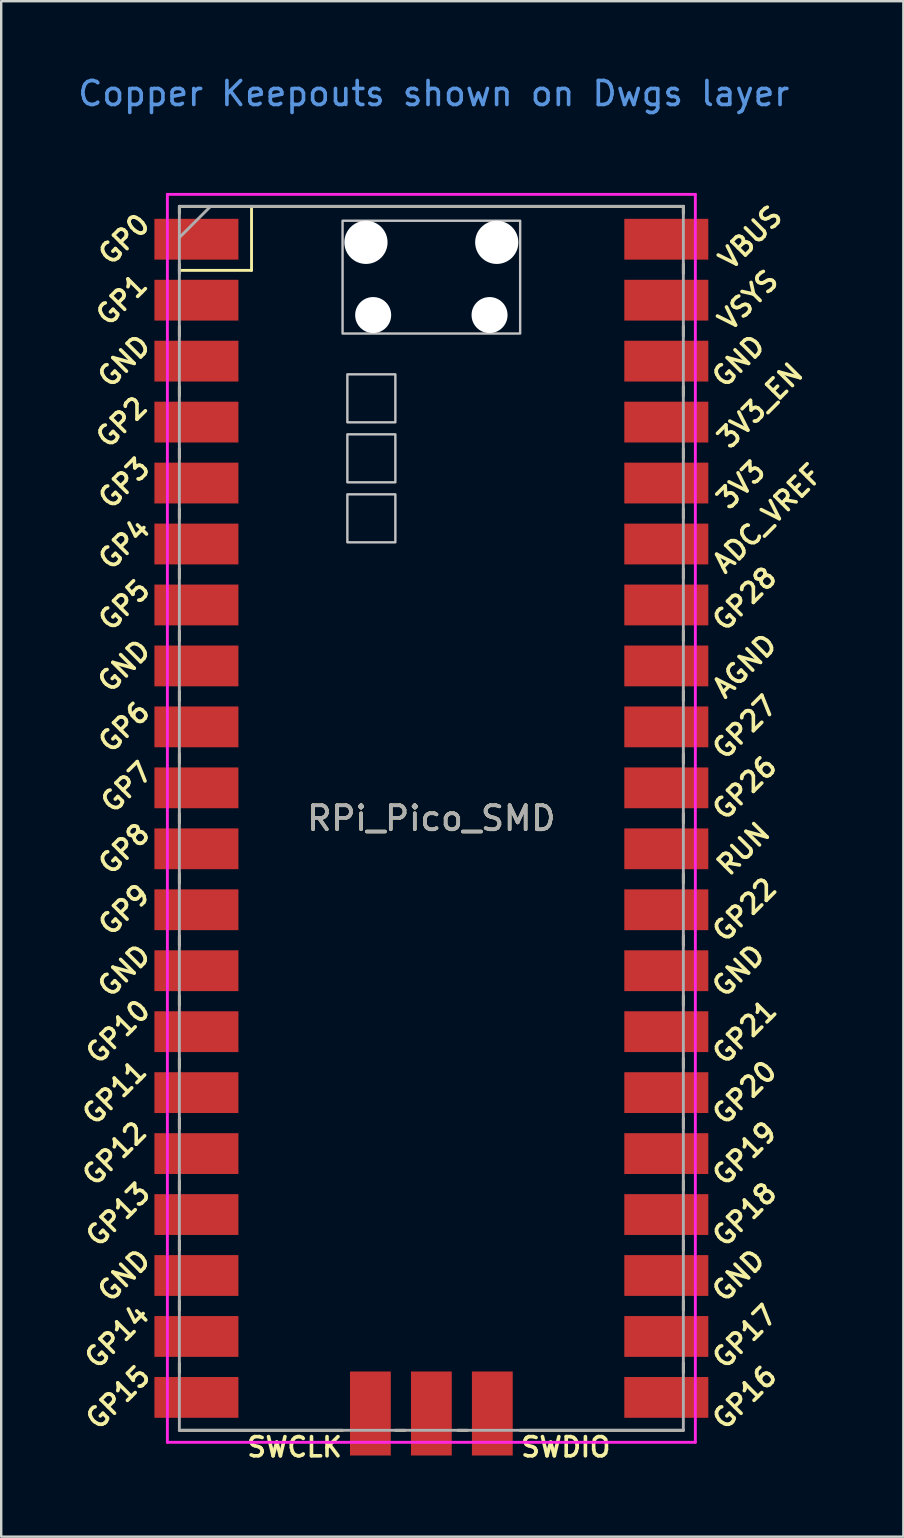
<source format=kicad_pcb>
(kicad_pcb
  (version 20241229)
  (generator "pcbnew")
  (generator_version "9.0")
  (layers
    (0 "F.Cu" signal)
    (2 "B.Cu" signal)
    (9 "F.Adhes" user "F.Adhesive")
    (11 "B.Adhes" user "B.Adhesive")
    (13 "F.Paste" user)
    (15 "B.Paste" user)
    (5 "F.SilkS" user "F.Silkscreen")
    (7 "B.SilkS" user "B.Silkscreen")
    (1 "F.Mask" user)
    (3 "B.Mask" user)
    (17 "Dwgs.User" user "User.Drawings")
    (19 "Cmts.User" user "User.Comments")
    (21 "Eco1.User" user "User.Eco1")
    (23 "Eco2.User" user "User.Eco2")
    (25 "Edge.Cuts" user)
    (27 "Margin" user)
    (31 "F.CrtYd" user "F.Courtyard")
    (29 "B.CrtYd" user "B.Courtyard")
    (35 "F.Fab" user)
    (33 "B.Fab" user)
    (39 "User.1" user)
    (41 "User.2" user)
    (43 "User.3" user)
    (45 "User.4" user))
  (footprint "RPi_Pico_SMD"
    (layer "F.Cu")
    (at 14.924 31.048)
    (property "Reference" "RPi_Pico_SMD" (at 0 0 0) (layer "F.SilkS") (effects (font (size 1 1) (thickness 0.15))))
    (attr through_hole)
    (fp_line (start -10.5 -25.5) (end -10.5 -25.2) (stroke (width 0.12) (type solid)) (layer "F.SilkS"))
    (fp_line (start -10.5 -25.5) (end 10.5 -25.5) (stroke (width 0.12) (type solid)) (layer "F.SilkS"))
    (fp_line (start -10.5 -23.1) (end -10.5 -22.7) (stroke (width 0.12) (type solid)) (layer "F.SilkS"))
    (fp_line (start -10.5 -22.833) (end -7.493 -22.833) (stroke (width 0.12) (type solid)) (layer "F.SilkS"))
    (fp_line (start -10.5 -20.5) (end -10.5 -20.1) (stroke (width 0.12) (type solid)) (layer "F.SilkS"))
    (fp_line (start -10.5 -18) (end -10.5 -17.6) (stroke (width 0.12) (type solid)) (layer "F.SilkS"))
    (fp_line (start -10.5 -15.4) (end -10.5 -15) (stroke (width 0.12) (type solid)) (layer "F.SilkS"))
    (fp_line (start -10.5 -12.9) (end -10.5 -12.5) (stroke (width 0.12) (type solid)) (layer "F.SilkS"))
    (fp_line (start -10.5 -10.4) (end -10.5 -10) (stroke (width 0.12) (type solid)) (layer "F.SilkS"))
    (fp_line (start -10.5 -7.8) (end -10.5 -7.4) (stroke (width 0.12) (type solid)) (layer "F.SilkS"))
    (fp_line (start -10.5 -5.3) (end -10.5 -4.9) (stroke (width 0.12) (type solid)) (layer "F.SilkS"))
    (fp_line (start -10.5 -2.7) (end -10.5 -2.3) (stroke (width 0.12) (type solid)) (layer "F.SilkS"))
    (fp_line (start -10.5 -0.2) (end -10.5 0.2) (stroke (width 0.12) (type solid)) (layer "F.SilkS"))
    (fp_line (start -10.5 2.3) (end -10.5 2.7) (stroke (width 0.12) (type solid)) (layer "F.SilkS"))
    (fp_line (start -10.5 4.9) (end -10.5 5.3) (stroke (width 0.12) (type solid)) (layer "F.SilkS"))
    (fp_line (start -10.5 7.4) (end -10.5 7.8) (stroke (width 0.12) (type solid)) (layer "F.SilkS"))
    (fp_line (start -10.5 10) (end -10.5 10.4) (stroke (width 0.12) (type solid)) (layer "F.SilkS"))
    (fp_line (start -10.5 12.5) (end -10.5 12.9) (stroke (width 0.12) (type solid)) (layer "F.SilkS"))
    (fp_line (start -10.5 15.1) (end -10.5 15.5) (stroke (width 0.12) (type solid)) (layer "F.SilkS"))
    (fp_line (start -10.5 17.6) (end -10.5 18) (stroke (width 0.12) (type solid)) (layer "F.SilkS"))
    (fp_line (start -10.5 20.1) (end -10.5 20.5) (stroke (width 0.12) (type solid)) (layer "F.SilkS"))
    (fp_line (start -10.5 22.7) (end -10.5 23.1) (stroke (width 0.12) (type solid)) (layer "F.SilkS"))
    (fp_line (start -7.493 -22.833) (end -7.493 -25.5) (stroke (width 0.12) (type solid)) (layer "F.SilkS"))
    (fp_line (start -3.7 25.5) (end -10.5 25.5) (stroke (width 0.12) (type solid)) (layer "F.SilkS"))
    (fp_line (start -1.5 25.5) (end -1.1 25.5) (stroke (width 0.12) (type solid)) (layer "F.SilkS"))
    (fp_line (start 1.1 25.5) (end 1.5 25.5) (stroke (width 0.12) (type solid)) (layer "F.SilkS"))
    (fp_line (start 10.5 -25.5) (end 10.5 -25.2) (stroke (width 0.12) (type solid)) (layer "F.SilkS"))
    (fp_line (start 10.5 -23.1) (end 10.5 -22.7) (stroke (width 0.12) (type solid)) (layer "F.SilkS"))
    (fp_line (start 10.5 -20.5) (end 10.5 -20.1) (stroke (width 0.12) (type solid)) (layer "F.SilkS"))
    (fp_line (start 10.5 -18) (end 10.5 -17.6) (stroke (width 0.12) (type solid)) (layer "F.SilkS"))
    (fp_line (start 10.5 -15.4) (end 10.5 -15) (stroke (width 0.12) (type solid)) (layer "F.SilkS"))
    (fp_line (start 10.5 -12.9) (end 10.5 -12.5) (stroke (width 0.12) (type solid)) (layer "F.SilkS"))
    (fp_line (start 10.5 -10.4) (end 10.5 -10) (stroke (width 0.12) (type solid)) (layer "F.SilkS"))
    (fp_line (start 10.5 -7.8) (end 10.5 -7.4) (stroke (width 0.12) (type solid)) (layer "F.SilkS"))
    (fp_line (start 10.5 -5.3) (end 10.5 -4.9) (stroke (width 0.12) (type solid)) (layer "F.SilkS"))
    (fp_line (start 10.5 -2.7) (end 10.5 -2.3) (stroke (width 0.12) (type solid)) (layer "F.SilkS"))
    (fp_line (start 10.5 -0.2) (end 10.5 0.2) (stroke (width 0.12) (type solid)) (layer "F.SilkS"))
    (fp_line (start 10.5 2.3) (end 10.5 2.7) (stroke (width 0.12) (type solid)) (layer "F.SilkS"))
    (fp_line (start 10.5 4.9) (end 10.5 5.3) (stroke (width 0.12) (type solid)) (layer "F.SilkS"))
    (fp_line (start 10.5 7.4) (end 10.5 7.8) (stroke (width 0.12) (type solid)) (layer "F.SilkS"))
    (fp_line (start 10.5 10) (end 10.5 10.4) (stroke (width 0.12) (type solid)) (layer "F.SilkS"))
    (fp_line (start 10.5 12.5) (end 10.5 12.9) (stroke (width 0.12) (type solid)) (layer "F.SilkS"))
    (fp_line (start 10.5 15.1) (end 10.5 15.5) (stroke (width 0.12) (type solid)) (layer "F.SilkS"))
    (fp_line (start 10.5 17.6) (end 10.5 18) (stroke (width 0.12) (type solid)) (layer "F.SilkS"))
    (fp_line (start 10.5 20.1) (end 10.5 20.5) (stroke (width 0.12) (type solid)) (layer "F.SilkS"))
    (fp_line (start 10.5 22.7) (end 10.5 23.1) (stroke (width 0.12) (type solid)) (layer "F.SilkS"))
    (fp_line (start 10.5 25.5) (end 3.7 25.5) (stroke (width 0.12) (type solid)) (layer "F.SilkS"))
    (fp_poly (pts (xy -1.5 -16.5) (xy -3.5 -16.5) (xy -3.5 -18.5) (xy -1.5 -18.5)) (stroke (width 0.1) (type solid)) (fill no) (layer "Dwgs.User"))
    (fp_poly (pts (xy -1.5 -14) (xy -3.5 -14) (xy -3.5 -16) (xy -1.5 -16)) (stroke (width 0.1) (type solid)) (fill no) (layer "Dwgs.User"))
    (fp_poly (pts (xy -1.5 -11.5) (xy -3.5 -11.5) (xy -3.5 -13.5) (xy -1.5 -13.5)) (stroke (width 0.1) (type solid)) (fill no) (layer "Dwgs.User"))
    (fp_poly (pts (xy 3.7 -20.2) (xy -3.7 -20.2) (xy -3.7 -24.9) (xy 3.7 -24.9)) (stroke (width 0.1) (type solid)) (fill no) (layer "Dwgs.User"))
    (fp_line (start -11 -26) (end 11 -26) (stroke (width 0.12) (type solid)) (layer "F.CrtYd"))
    (fp_line (start -11 26) (end -11 -26) (stroke (width 0.12) (type solid)) (layer "F.CrtYd"))
    (fp_line (start 11 -26) (end 11 26) (stroke (width 0.12) (type solid)) (layer "F.CrtYd"))
    (fp_line (start 11 26) (end -11 26) (stroke (width 0.12) (type solid)) (layer "F.CrtYd"))
    (fp_line (start -10.5 -25.5) (end 10.5 -25.5) (stroke (width 0.12) (type solid)) (layer "F.Fab"))
    (fp_line (start -10.5 -24.2) (end -9.2 -25.5) (stroke (width 0.12) (type solid)) (layer "F.Fab"))
    (fp_line (start -10.5 25.5) (end -10.5 -25.5) (stroke (width 0.12) (type solid)) (layer "F.Fab"))
    (fp_line (start 10.5 -25.5) (end 10.5 25.5) (stroke (width 0.12) (type solid)) (layer "F.Fab"))
    (fp_line (start 10.5 25.5) (end -10.5 25.5) (stroke (width 0.12) (type solid)) (layer "F.Fab"))
    (fp_text user "GP10" (at -13.054 8.89 45) (layer "F.SilkS") (effects (font (size 0.8 0.8) (thickness 0.15))))
    (fp_text user "3V3_EN" (at 13.7 -17.2 45) (layer "F.SilkS") (effects (font (size 0.8 0.8) (thickness 0.15))))
    (fp_text user "GND" (at 12.8 -19.05 45) (layer "F.SilkS") (effects (font (size 0.8 0.8) (thickness 0.15))))
    (fp_text user "GP7" (at -12.7 -1.3 45) (layer "F.SilkS") (effects (font (size 0.8 0.8) (thickness 0.15))))
    (fp_text user "GP16" (at 13.054 24.13 45) (layer "F.SilkS") (effects (font (size 0.8 0.8) (thickness 0.15))))
    (fp_text user "GP15" (at -13.054 24.13 45) (layer "F.SilkS") (effects (font (size 0.8 0.8) (thickness 0.15))))
    (fp_text user "AGND" (at 13.054 -6.35 45) (layer "F.SilkS") (effects (font (size 0.8 0.8) (thickness 0.15))))
    (fp_text user "GP8" (at -12.8 1.27 45) (layer "F.SilkS") (effects (font (size 0.8 0.8) (thickness 0.15))))
    (fp_text user "GP3" (at -12.8 -13.97 45) (layer "F.SilkS") (effects (font (size 0.8 0.8) (thickness 0.15))))
    (fp_text user "GP12" (at -13.2 13.97 45) (layer "F.SilkS") (effects (font (size 0.8 0.8) (thickness 0.15))))
    (fp_text user "GP4" (at -12.8 -11.43 45) (layer "F.SilkS") (effects (font (size 0.8 0.8) (thickness 0.15))))
    (fp_text user "GND" (at -12.8 -19.05 45) (layer "F.SilkS") (effects (font (size 0.8 0.8) (thickness 0.15))))
    (fp_text user "GP11" (at -13.2 11.43 45) (layer "F.SilkS") (effects (font (size 0.8 0.8) (thickness 0.15))))
    (fp_text user "GP19" (at 13.054 13.97 45) (layer "F.SilkS") (effects (font (size 0.8 0.8) (thickness 0.15))))
    (fp_text user "GP28" (at 13.054 -9.144 45) (layer "F.SilkS") (effects (font (size 0.8 0.8) (thickness 0.15))))
    (fp_text user "GP13" (at -13.054 16.51 45) (layer "F.SilkS") (effects (font (size 0.8 0.8) (thickness 0.15))))
    (fp_text user "GP9" (at -12.8 3.81 45) (layer "F.SilkS") (effects (font (size 0.8 0.8) (thickness 0.15))))
    (fp_text user "GND" (at 12.8 6.35 45) (layer "F.SilkS") (effects (font (size 0.8 0.8) (thickness 0.15))))
    (fp_text user "SWDIO" (at 5.6 26.2 0) (layer "F.SilkS") (effects (font (size 0.8 0.8) (thickness 0.15))))
    (fp_text user "3V3" (at 12.9 -13.9 45) (layer "F.SilkS") (effects (font (size 0.8 0.8) (thickness 0.15))))
    (fp_text user "GND" (at 12.8 19.05 45) (layer "F.SilkS") (effects (font (size 0.8 0.8) (thickness 0.15))))
    (fp_text user "GP2" (at -12.9 -16.51 45) (layer "F.SilkS") (effects (font (size 0.8 0.8) (thickness 0.15))))
    (fp_text user "VBUS" (at 13.3 -24.2 45) (layer "F.SilkS") (effects (font (size 0.8 0.8) (thickness 0.15))))
    (fp_text user "GP27" (at 13.054 -3.8 45) (layer "F.SilkS") (effects (font (size 0.8 0.8) (thickness 0.15))))
    (fp_text user "GP21" (at 13.054 8.9 45) (layer "F.SilkS") (effects (font (size 0.8 0.8) (thickness 0.15))))
    (fp_text user "VSYS" (at 13.2 -21.59 45) (layer "F.SilkS") (effects (font (size 0.8 0.8) (thickness 0.15))))
    (fp_text user "GP18" (at 13.054 16.51 45) (layer "F.SilkS") (effects (font (size 0.8 0.8) (thickness 0.15))))
    (fp_text user "GP5" (at -12.8 -8.89 45) (layer "F.SilkS") (effects (font (size 0.8 0.8) (thickness 0.15))))
    (fp_text user "GP6" (at -12.8 -3.81 45) (layer "F.SilkS") (effects (font (size 0.8 0.8) (thickness 0.15))))
    (fp_text user "GP20" (at 13.054 11.43 45) (layer "F.SilkS") (effects (font (size 0.8 0.8) (thickness 0.15))))
    (fp_text user "GP22" (at 13.054 3.81 45) (layer "F.SilkS") (effects (font (size 0.8 0.8) (thickness 0.15))))
    (fp_text user "GND" (at -12.8 -6.35 45) (layer "F.SilkS") (effects (font (size 0.8 0.8) (thickness 0.15))))
    (fp_text user "GP26" (at 13.054 -1.27 45) (layer "F.SilkS") (effects (font (size 0.8 0.8) (thickness 0.15))))
    (fp_text user "GP14" (at -13.1 21.59 45) (layer "F.SilkS") (effects (font (size 0.8 0.8) (thickness 0.15))))
    (fp_text user "GND" (at -12.8 19.05 45) (layer "F.SilkS") (effects (font (size 0.8 0.8) (thickness 0.15))))
    (fp_text user "SWCLK" (at -5.7 26.2 0) (layer "F.SilkS") (effects (font (size 0.8 0.8) (thickness 0.15))))
    (fp_text user "GP17" (at 13.054 21.59 45) (layer "F.SilkS") (effects (font (size 0.8 0.8) (thickness 0.15))))
    (fp_text user "GP1" (at -12.9 -21.6 45) (layer "F.SilkS") (effects (font (size 0.8 0.8) (thickness 0.15))))
    (fp_text user "ADC_VREF" (at 14 -12.5 45) (layer "F.SilkS") (effects (font (size 0.8 0.8) (thickness 0.15))))
    (fp_text user "RUN" (at 13 1.27 45) (layer "F.SilkS") (effects (font (size 0.8 0.8) (thickness 0.15))))
    (fp_text user "GND" (at -12.8 6.35 45) (layer "F.SilkS") (effects (font (size 0.8 0.8) (thickness 0.15))))
    (fp_text user "GP0" (at -12.8 -24.13 45) (layer "F.SilkS") (effects (font (size 0.8 0.8) (thickness 0.15))))
    (fp_text user "Copper Keepouts shown on Dwgs layer" (at 0.1 -30.2 0) (layer "Cmts.User") (effects (font (size 1 1) (thickness 0.15))))
    (fp_text user "${REFERENCE}" (at 0 0 180) (layer "F.Fab") (effects (font (size 1 1) (thickness 0.15))))
    (pad "" np_thru_hole oval (at -2.725 -24) (size 1.8 1.8) (drill 1.8) (layers "*.Cu" "*.Mask"))
    (pad "" np_thru_hole oval (at -2.425 -20.97) (size 1.5 1.5) (drill 1.5) (layers "*.Cu" "*.Mask"))
    (pad "" np_thru_hole oval (at 2.425 -20.97) (size 1.5 1.5) (drill 1.5) (layers "*.Cu" "*.Mask"))
    (pad "" np_thru_hole oval (at 2.725 -24) (size 1.8 1.8) (drill 1.8) (layers "*.Cu" "*.Mask"))
    (pad "1" smd rect (at -8.89 -24.13) (size 3.5 1.7) (drill (offset -0.9 0)) (layers "F.Cu" "F.Mask" "F.Paste"))
    (pad "2" smd rect (at -8.89 -21.59) (size 3.5 1.7) (drill (offset -0.9 0)) (layers "F.Cu" "F.Mask" "F.Paste"))
    (pad "3" smd rect (at -8.89 -19.05) (size 3.5 1.7) (drill (offset -0.9 0)) (layers "F.Cu" "F.Mask" "F.Paste"))
    (pad "4" smd rect (at -8.89 -16.51) (size 3.5 1.7) (drill (offset -0.9 0)) (layers "F.Cu" "F.Mask" "F.Paste"))
    (pad "5" smd rect (at -8.89 -13.97) (size 3.5 1.7) (drill (offset -0.9 0)) (layers "F.Cu" "F.Mask" "F.Paste"))
    (pad "6" smd rect (at -8.89 -11.43) (size 3.5 1.7) (drill (offset -0.9 0)) (layers "F.Cu" "F.Mask" "F.Paste"))
    (pad "7" smd rect (at -8.89 -8.89) (size 3.5 1.7) (drill (offset -0.9 0)) (layers "F.Cu" "F.Mask" "F.Paste"))
    (pad "8" smd rect (at -8.89 -6.35) (size 3.5 1.7) (drill (offset -0.9 0)) (layers "F.Cu" "F.Mask" "F.Paste"))
    (pad "9" smd rect (at -8.89 -3.81) (size 3.5 1.7) (drill (offset -0.9 0)) (layers "F.Cu" "F.Mask" "F.Paste"))
    (pad "10" smd rect (at -8.89 -1.27) (size 3.5 1.7) (drill (offset -0.9 0)) (layers "F.Cu" "F.Mask" "F.Paste"))
    (pad "11" smd rect (at -8.89 1.27) (size 3.5 1.7) (drill (offset -0.9 0)) (layers "F.Cu" "F.Mask" "F.Paste"))
    (pad "12" smd rect (at -8.89 3.81) (size 3.5 1.7) (drill (offset -0.9 0)) (layers "F.Cu" "F.Mask" "F.Paste"))
    (pad "13" smd rect (at -8.89 6.35) (size 3.5 1.7) (drill (offset -0.9 0)) (layers "F.Cu" "F.Mask" "F.Paste"))
    (pad "14" smd rect (at -8.89 8.89) (size 3.5 1.7) (drill (offset -0.9 0)) (layers "F.Cu" "F.Mask" "F.Paste"))
    (pad "15" smd rect (at -8.89 11.43) (size 3.5 1.7) (drill (offset -0.9 0)) (layers "F.Cu" "F.Mask" "F.Paste"))
    (pad "16" smd rect (at -8.89 13.97) (size 3.5 1.7) (drill (offset -0.9 0)) (layers "F.Cu" "F.Mask" "F.Paste"))
    (pad "17" smd rect (at -8.89 16.51) (size 3.5 1.7) (drill (offset -0.9 0)) (layers "F.Cu" "F.Mask" "F.Paste"))
    (pad "18" smd rect (at -8.89 19.05) (size 3.5 1.7) (drill (offset -0.9 0)) (layers "F.Cu" "F.Mask" "F.Paste"))
    (pad "19" smd rect (at -8.89 21.59) (size 3.5 1.7) (drill (offset -0.9 0)) (layers "F.Cu" "F.Mask" "F.Paste"))
    (pad "20" smd rect (at -8.89 24.13) (size 3.5 1.7) (drill (offset -0.9 0)) (layers "F.Cu" "F.Mask" "F.Paste"))
    (pad "21" smd rect (at 8.89 24.13) (size 3.5 1.7) (drill (offset 0.9 0)) (layers "F.Cu" "F.Mask" "F.Paste"))
    (pad "22" smd rect (at 8.89 21.59) (size 3.5 1.7) (drill (offset 0.9 0)) (layers "F.Cu" "F.Mask" "F.Paste"))
    (pad "23" smd rect (at 8.89 19.05) (size 3.5 1.7) (drill (offset 0.9 0)) (layers "F.Cu" "F.Mask" "F.Paste"))
    (pad "24" smd rect (at 8.89 16.51) (size 3.5 1.7) (drill (offset 0.9 0)) (layers "F.Cu" "F.Mask" "F.Paste"))
    (pad "25" smd rect (at 8.89 13.97) (size 3.5 1.7) (drill (offset 0.9 0)) (layers "F.Cu" "F.Mask" "F.Paste"))
    (pad "26" smd rect (at 8.89 11.43) (size 3.5 1.7) (drill (offset 0.9 0)) (layers "F.Cu" "F.Mask" "F.Paste"))
    (pad "27" smd rect (at 8.89 8.89) (size 3.5 1.7) (drill (offset 0.9 0)) (layers "F.Cu" "F.Mask" "F.Paste"))
    (pad "28" smd rect (at 8.89 6.35) (size 3.5 1.7) (drill (offset 0.9 0)) (layers "F.Cu" "F.Mask" "F.Paste"))
    (pad "29" smd rect (at 8.89 3.81) (size 3.5 1.7) (drill (offset 0.9 0)) (layers "F.Cu" "F.Mask" "F.Paste"))
    (pad "30" smd rect (at 8.89 1.27) (size 3.5 1.7) (drill (offset 0.9 0)) (layers "F.Cu" "F.Mask" "F.Paste"))
    (pad "31" smd rect (at 8.89 -1.27) (size 3.5 1.7) (drill (offset 0.9 0)) (layers "F.Cu" "F.Mask" "F.Paste"))
    (pad "32" smd rect (at 8.89 -3.81) (size 3.5 1.7) (drill (offset 0.9 0)) (layers "F.Cu" "F.Mask" "F.Paste"))
    (pad "33" smd rect (at 8.89 -6.35) (size 3.5 1.7) (drill (offset 0.9 0)) (layers "F.Cu" "F.Mask" "F.Paste"))
    (pad "34" smd rect (at 8.89 -8.89) (size 3.5 1.7) (drill (offset 0.9 0)) (layers "F.Cu" "F.Mask" "F.Paste"))
    (pad "35" smd rect (at 8.89 -11.43) (size 3.5 1.7) (drill (offset 0.9 0)) (layers "F.Cu" "F.Mask" "F.Paste"))
    (pad "36" smd rect (at 8.89 -13.97) (size 3.5 1.7) (drill (offset 0.9 0)) (layers "F.Cu" "F.Mask" "F.Paste"))
    (pad "37" smd rect (at 8.89 -16.51) (size 3.5 1.7) (drill (offset 0.9 0)) (layers "F.Cu" "F.Mask" "F.Paste"))
    (pad "38" smd rect (at 8.89 -19.05) (size 3.5 1.7) (drill (offset 0.9 0)) (layers "F.Cu" "F.Mask" "F.Paste"))
    (pad "39" smd rect (at 8.89 -21.59) (size 3.5 1.7) (drill (offset 0.9 0)) (layers "F.Cu" "F.Mask" "F.Paste"))
    (pad "40" smd rect (at 8.89 -24.13) (size 3.5 1.7) (drill (offset 0.9 0)) (layers "F.Cu" "F.Mask" "F.Paste"))
    (pad "41" smd rect (at -2.54 23.9 90) (size 3.5 1.7) (drill (offset -0.9 0)) (layers "F.Cu" "F.Mask" "F.Paste"))
    (pad "42" smd rect (at 0 23.9 90) (size 3.5 1.7) (drill (offset -0.9 0)) (layers "F.Cu" "F.Mask" "F.Paste"))
    (pad "43" smd rect (at 2.54 23.9 90) (size 3.5 1.7) (drill (offset -0.9 0)) (layers "F.Cu" "F.Mask" "F.Paste")))
  (gr_rect
    (start -3 -3)
    (end 34.591 60.98)
    (stroke (width 0.1) (type default))
    (fill no)
    (layer "Edge.Cuts")))
</source>
